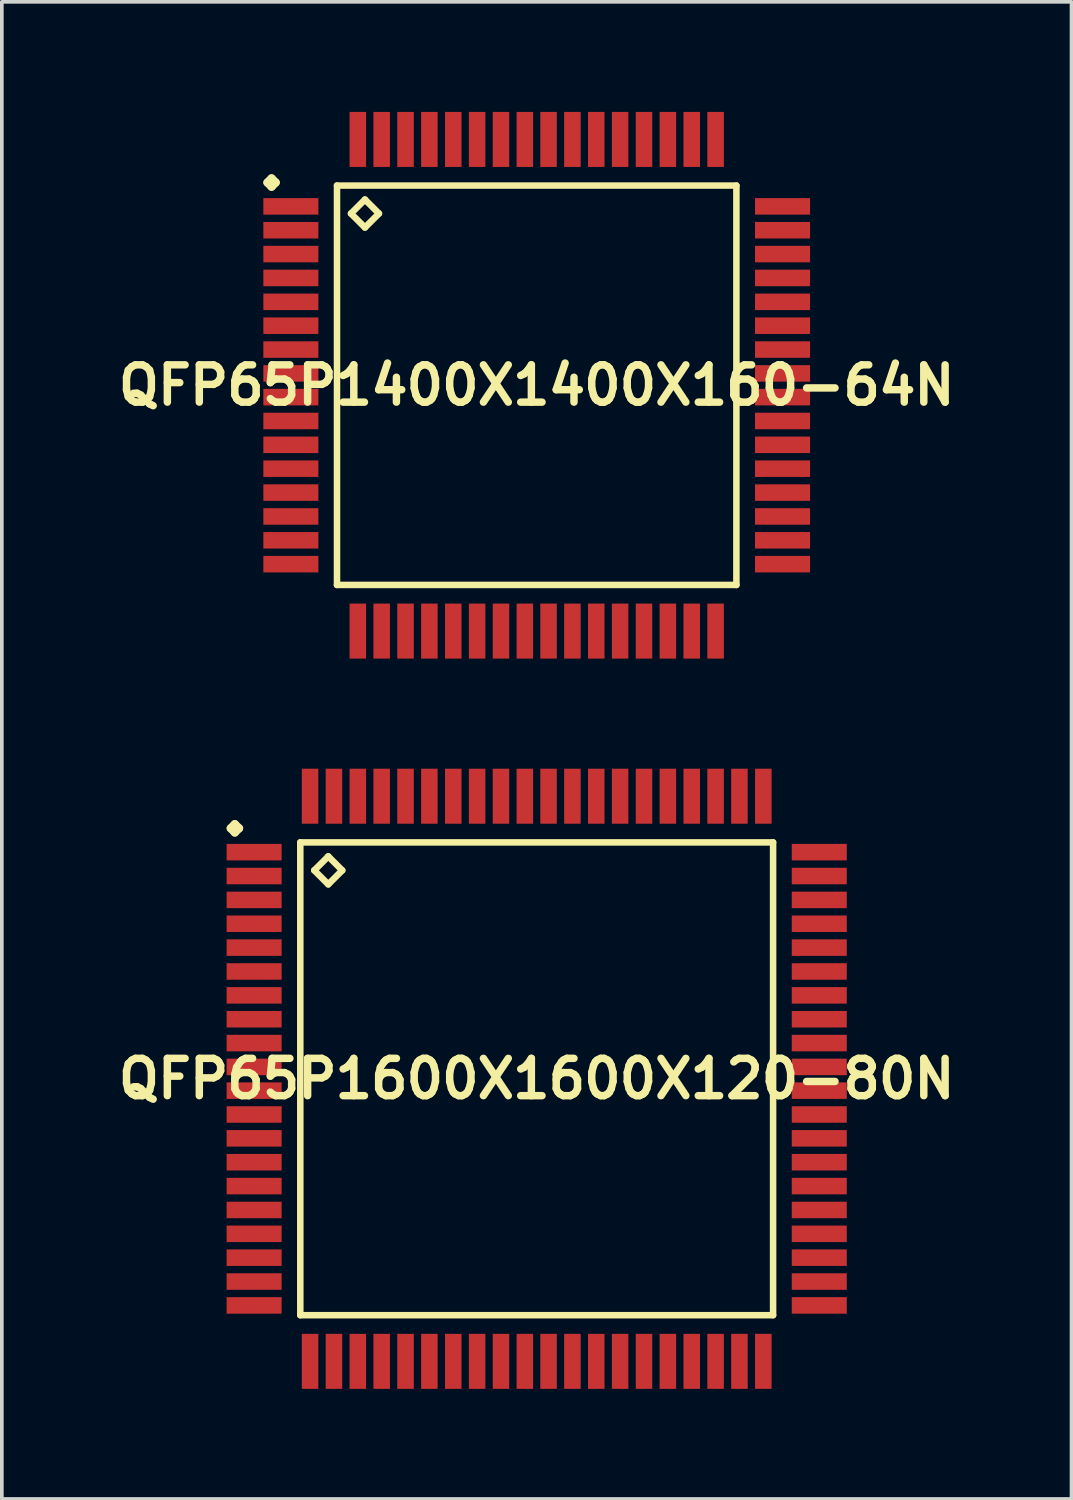
<source format=kicad_pcb>
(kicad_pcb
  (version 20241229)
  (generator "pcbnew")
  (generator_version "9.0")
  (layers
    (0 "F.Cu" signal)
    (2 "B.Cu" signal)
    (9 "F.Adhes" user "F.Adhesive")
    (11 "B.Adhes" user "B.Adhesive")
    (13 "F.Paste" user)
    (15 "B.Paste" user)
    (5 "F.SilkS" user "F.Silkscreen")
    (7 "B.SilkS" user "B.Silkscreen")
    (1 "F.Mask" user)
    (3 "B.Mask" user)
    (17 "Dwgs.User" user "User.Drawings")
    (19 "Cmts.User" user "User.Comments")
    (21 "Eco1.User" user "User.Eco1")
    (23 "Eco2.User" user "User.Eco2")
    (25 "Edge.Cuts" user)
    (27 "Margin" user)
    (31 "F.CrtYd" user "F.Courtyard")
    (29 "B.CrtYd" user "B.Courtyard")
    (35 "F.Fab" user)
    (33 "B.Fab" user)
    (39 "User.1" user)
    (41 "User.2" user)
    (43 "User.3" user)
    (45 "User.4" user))
  (footprint "QFP65P1400X1400X160-64N"
    (layer "F.Cu")
    (at 11.573 7.447)
    (property "Reference" "QFP65P1400X1400X160-64N" (at 0 0 0) (layer "F.SilkS") (effects (font (size 1.016 1.016) (thickness 0.203))))
    (attr smd)
    (fp_line (start -7.336 -5.524) (end -7.224 -5.636) (stroke (width 0.224) (type solid)) (layer "F.SilkS"))
    (fp_line (start -7.224 -5.636) (end -7.112 -5.524) (stroke (width 0.224) (type solid)) (layer "F.SilkS"))
    (fp_line (start -7.224 -5.41) (end -7.336 -5.524) (stroke (width 0.224) (type solid)) (layer "F.SilkS"))
    (fp_line (start -7.112 -5.524) (end -7.224 -5.41) (stroke (width 0.224) (type solid)) (layer "F.SilkS"))
    (fp_line (start -5.441 -5.441) (end -5.441 5.441) (stroke (width 0.178) (type solid)) (layer "F.SilkS"))
    (fp_line (start -5.441 5.441) (end 5.441 5.441) (stroke (width 0.178) (type solid)) (layer "F.SilkS"))
    (fp_line (start -5.06 -4.679) (end -4.679 -5.06) (stroke (width 0.178) (type solid)) (layer "F.SilkS"))
    (fp_line (start -4.679 -5.06) (end -4.298 -4.679) (stroke (width 0.178) (type solid)) (layer "F.SilkS"))
    (fp_line (start -4.679 -4.298) (end -5.06 -4.679) (stroke (width 0.178) (type solid)) (layer "F.SilkS"))
    (fp_line (start -4.298 -4.679) (end -4.679 -4.298) (stroke (width 0.178) (type solid)) (layer "F.SilkS"))
    (fp_line (start 5.441 -5.441) (end -5.441 -5.441) (stroke (width 0.178) (type solid)) (layer "F.SilkS"))
    (fp_line (start 5.441 5.441) (end 5.441 -5.441) (stroke (width 0.178) (type solid)) (layer "F.SilkS"))
    (pad "1" smd rect (at -6.698 -4.874) (size 1.499 0.45) (layers "F.Cu" "F.Mask" "F.Paste"))
    (pad "2" smd rect (at -6.698 -4.224) (size 1.499 0.45) (layers "F.Cu" "F.Mask" "F.Paste"))
    (pad "3" smd rect (at -6.698 -3.574) (size 1.499 0.45) (layers "F.Cu" "F.Mask" "F.Paste"))
    (pad "4" smd rect (at -6.698 -2.924) (size 1.499 0.45) (layers "F.Cu" "F.Mask" "F.Paste"))
    (pad "5" smd rect (at -6.698 -2.273) (size 1.499 0.45) (layers "F.Cu" "F.Mask" "F.Paste"))
    (pad "6" smd rect (at -6.698 -1.623) (size 1.499 0.45) (layers "F.Cu" "F.Mask" "F.Paste"))
    (pad "7" smd rect (at -6.698 -0.973) (size 1.499 0.45) (layers "F.Cu" "F.Mask" "F.Paste"))
    (pad "8" smd rect (at -6.698 -0.323) (size 1.499 0.45) (layers "F.Cu" "F.Mask" "F.Paste"))
    (pad "9" smd rect (at -6.698 0.323) (size 1.499 0.45) (layers "F.Cu" "F.Mask" "F.Paste"))
    (pad "10" smd rect (at -6.698 0.973) (size 1.499 0.45) (layers "F.Cu" "F.Mask" "F.Paste"))
    (pad "11" smd rect (at -6.698 1.623) (size 1.499 0.45) (layers "F.Cu" "F.Mask" "F.Paste"))
    (pad "12" smd rect (at -6.698 2.273) (size 1.499 0.45) (layers "F.Cu" "F.Mask" "F.Paste"))
    (pad "13" smd rect (at -6.698 2.924) (size 1.499 0.45) (layers "F.Cu" "F.Mask" "F.Paste"))
    (pad "14" smd rect (at -6.698 3.574) (size 1.499 0.45) (layers "F.Cu" "F.Mask" "F.Paste"))
    (pad "15" smd rect (at -6.698 4.224) (size 1.499 0.45) (layers "F.Cu" "F.Mask" "F.Paste"))
    (pad "16" smd rect (at -6.698 4.874) (size 1.499 0.45) (layers "F.Cu" "F.Mask" "F.Paste"))
    (pad "17" smd rect (at -4.874 6.698) (size 0.45 1.499) (layers "F.Cu" "F.Mask" "F.Paste"))
    (pad "18" smd rect (at -4.224 6.698) (size 0.45 1.499) (layers "F.Cu" "F.Mask" "F.Paste"))
    (pad "19" smd rect (at -3.574 6.698) (size 0.45 1.499) (layers "F.Cu" "F.Mask" "F.Paste"))
    (pad "20" smd rect (at -2.924 6.698) (size 0.45 1.499) (layers "F.Cu" "F.Mask" "F.Paste"))
    (pad "21" smd rect (at -2.273 6.698) (size 0.45 1.499) (layers "F.Cu" "F.Mask" "F.Paste"))
    (pad "22" smd rect (at -1.623 6.698) (size 0.45 1.499) (layers "F.Cu" "F.Mask" "F.Paste"))
    (pad "23" smd rect (at -0.973 6.698) (size 0.45 1.499) (layers "F.Cu" "F.Mask" "F.Paste"))
    (pad "24" smd rect (at -0.323 6.698) (size 0.45 1.499) (layers "F.Cu" "F.Mask" "F.Paste"))
    (pad "25" smd rect (at 0.323 6.698) (size 0.45 1.499) (layers "F.Cu" "F.Mask" "F.Paste"))
    (pad "26" smd rect (at 0.973 6.698) (size 0.45 1.499) (layers "F.Cu" "F.Mask" "F.Paste"))
    (pad "27" smd rect (at 1.623 6.698) (size 0.45 1.499) (layers "F.Cu" "F.Mask" "F.Paste"))
    (pad "28" smd rect (at 2.273 6.698) (size 0.45 1.499) (layers "F.Cu" "F.Mask" "F.Paste"))
    (pad "29" smd rect (at 2.924 6.698) (size 0.45 1.499) (layers "F.Cu" "F.Mask" "F.Paste"))
    (pad "30" smd rect (at 3.574 6.698) (size 0.45 1.499) (layers "F.Cu" "F.Mask" "F.Paste"))
    (pad "31" smd rect (at 4.224 6.698) (size 0.45 1.499) (layers "F.Cu" "F.Mask" "F.Paste"))
    (pad "32" smd rect (at 4.874 6.698) (size 0.45 1.499) (layers "F.Cu" "F.Mask" "F.Paste"))
    (pad "33" smd rect (at 6.698 4.874) (size 1.499 0.45) (layers "F.Cu" "F.Mask" "F.Paste"))
    (pad "34" smd rect (at 6.698 4.224) (size 1.499 0.45) (layers "F.Cu" "F.Mask" "F.Paste"))
    (pad "35" smd rect (at 6.698 3.574) (size 1.499 0.45) (layers "F.Cu" "F.Mask" "F.Paste"))
    (pad "36" smd rect (at 6.698 2.924) (size 1.499 0.45) (layers "F.Cu" "F.Mask" "F.Paste"))
    (pad "37" smd rect (at 6.698 2.273) (size 1.499 0.45) (layers "F.Cu" "F.Mask" "F.Paste"))
    (pad "38" smd rect (at 6.698 1.623) (size 1.499 0.45) (layers "F.Cu" "F.Mask" "F.Paste"))
    (pad "39" smd rect (at 6.698 0.973) (size 1.499 0.45) (layers "F.Cu" "F.Mask" "F.Paste"))
    (pad "40" smd rect (at 6.698 0.323) (size 1.499 0.45) (layers "F.Cu" "F.Mask" "F.Paste"))
    (pad "41" smd rect (at 6.698 -0.323) (size 1.499 0.45) (layers "F.Cu" "F.Mask" "F.Paste"))
    (pad "42" smd rect (at 6.698 -0.973) (size 1.499 0.45) (layers "F.Cu" "F.Mask" "F.Paste"))
    (pad "43" smd rect (at 6.698 -1.623) (size 1.499 0.45) (layers "F.Cu" "F.Mask" "F.Paste"))
    (pad "44" smd rect (at 6.698 -2.273) (size 1.499 0.45) (layers "F.Cu" "F.Mask" "F.Paste"))
    (pad "45" smd rect (at 6.698 -2.924) (size 1.499 0.45) (layers "F.Cu" "F.Mask" "F.Paste"))
    (pad "46" smd rect (at 6.698 -3.574) (size 1.499 0.45) (layers "F.Cu" "F.Mask" "F.Paste"))
    (pad "47" smd rect (at 6.698 -4.224) (size 1.499 0.45) (layers "F.Cu" "F.Mask" "F.Paste"))
    (pad "48" smd rect (at 6.698 -4.874) (size 1.499 0.45) (layers "F.Cu" "F.Mask" "F.Paste"))
    (pad "49" smd rect (at 4.874 -6.698) (size 0.45 1.499) (layers "F.Cu" "F.Mask" "F.Paste"))
    (pad "50" smd rect (at 4.224 -6.698) (size 0.45 1.499) (layers "F.Cu" "F.Mask" "F.Paste"))
    (pad "51" smd rect (at 3.574 -6.698) (size 0.45 1.499) (layers "F.Cu" "F.Mask" "F.Paste"))
    (pad "52" smd rect (at 2.924 -6.698) (size 0.45 1.499) (layers "F.Cu" "F.Mask" "F.Paste"))
    (pad "53" smd rect (at 2.273 -6.698) (size 0.45 1.499) (layers "F.Cu" "F.Mask" "F.Paste"))
    (pad "54" smd rect (at 1.623 -6.698) (size 0.45 1.499) (layers "F.Cu" "F.Mask" "F.Paste"))
    (pad "55" smd rect (at 0.973 -6.698) (size 0.45 1.499) (layers "F.Cu" "F.Mask" "F.Paste"))
    (pad "56" smd rect (at 0.323 -6.698) (size 0.45 1.499) (layers "F.Cu" "F.Mask" "F.Paste"))
    (pad "57" smd rect (at -0.323 -6.698) (size 0.45 1.499) (layers "F.Cu" "F.Mask" "F.Paste"))
    (pad "58" smd rect (at -0.973 -6.698) (size 0.45 1.499) (layers "F.Cu" "F.Mask" "F.Paste"))
    (pad "59" smd rect (at -1.623 -6.698) (size 0.45 1.499) (layers "F.Cu" "F.Mask" "F.Paste"))
    (pad "60" smd rect (at -2.273 -6.698) (size 0.45 1.499) (layers "F.Cu" "F.Mask" "F.Paste"))
    (pad "61" smd rect (at -2.924 -6.698) (size 0.45 1.499) (layers "F.Cu" "F.Mask" "F.Paste"))
    (pad "62" smd rect (at -3.574 -6.698) (size 0.45 1.499) (layers "F.Cu" "F.Mask" "F.Paste"))
    (pad "63" smd rect (at -4.224 -6.698) (size 0.45 1.499) (layers "F.Cu" "F.Mask" "F.Paste"))
    (pad "64" smd rect (at -4.874 -6.698) (size 0.45 1.499) (layers "F.Cu" "F.Mask" "F.Paste")))
  (footprint "QFP65P1600X1600X120-80N"
    (layer "F.Cu")
    (at 11.573 26.343)
    (property "Reference" "QFP65P1600X1600X120-80N" (at 0 0 0) (layer "F.SilkS") (effects (font (size 1.016 1.016) (thickness 0.203))))
    (attr smd)
    (fp_line (start -8.336 -6.825) (end -8.225 -6.937) (stroke (width 0.224) (type solid)) (layer "F.SilkS"))
    (fp_line (start -8.225 -6.937) (end -8.11 -6.825) (stroke (width 0.224) (type solid)) (layer "F.SilkS"))
    (fp_line (start -8.225 -6.711) (end -8.336 -6.825) (stroke (width 0.224) (type solid)) (layer "F.SilkS"))
    (fp_line (start -8.11 -6.825) (end -8.225 -6.711) (stroke (width 0.224) (type solid)) (layer "F.SilkS"))
    (fp_line (start -6.441 -6.441) (end -6.441 6.441) (stroke (width 0.178) (type solid)) (layer "F.SilkS"))
    (fp_line (start -6.441 6.441) (end 6.441 6.441) (stroke (width 0.178) (type solid)) (layer "F.SilkS"))
    (fp_line (start -6.06 -5.679) (end -5.679 -6.06) (stroke (width 0.178) (type solid)) (layer "F.SilkS"))
    (fp_line (start -5.679 -6.06) (end -5.298 -5.679) (stroke (width 0.178) (type solid)) (layer "F.SilkS"))
    (fp_line (start -5.679 -5.298) (end -6.06 -5.679) (stroke (width 0.178) (type solid)) (layer "F.SilkS"))
    (fp_line (start -5.298 -5.679) (end -5.679 -5.298) (stroke (width 0.178) (type solid)) (layer "F.SilkS"))
    (fp_line (start 6.441 -6.441) (end -6.441 -6.441) (stroke (width 0.178) (type solid)) (layer "F.SilkS"))
    (fp_line (start 6.441 6.441) (end 6.441 -6.441) (stroke (width 0.178) (type solid)) (layer "F.SilkS"))
    (pad "1" smd rect (at -7.699 -6.175) (size 1.499 0.45) (layers "F.Cu" "F.Mask" "F.Paste"))
    (pad "2" smd rect (at -7.699 -5.524) (size 1.499 0.45) (layers "F.Cu" "F.Mask" "F.Paste"))
    (pad "3" smd rect (at -7.699 -4.874) (size 1.499 0.45) (layers "F.Cu" "F.Mask" "F.Paste"))
    (pad "4" smd rect (at -7.699 -4.224) (size 1.499 0.45) (layers "F.Cu" "F.Mask" "F.Paste"))
    (pad "5" smd rect (at -7.699 -3.574) (size 1.499 0.45) (layers "F.Cu" "F.Mask" "F.Paste"))
    (pad "6" smd rect (at -7.699 -2.924) (size 1.499 0.45) (layers "F.Cu" "F.Mask" "F.Paste"))
    (pad "7" smd rect (at -7.699 -2.273) (size 1.499 0.45) (layers "F.Cu" "F.Mask" "F.Paste"))
    (pad "8" smd rect (at -7.699 -1.623) (size 1.499 0.45) (layers "F.Cu" "F.Mask" "F.Paste"))
    (pad "9" smd rect (at -7.699 -0.973) (size 1.499 0.45) (layers "F.Cu" "F.Mask" "F.Paste"))
    (pad "10" smd rect (at -7.699 -0.323) (size 1.499 0.45) (layers "F.Cu" "F.Mask" "F.Paste"))
    (pad "11" smd rect (at -7.699 0.323) (size 1.499 0.45) (layers "F.Cu" "F.Mask" "F.Paste"))
    (pad "12" smd rect (at -7.699 0.973) (size 1.499 0.45) (layers "F.Cu" "F.Mask" "F.Paste"))
    (pad "13" smd rect (at -7.699 1.623) (size 1.499 0.45) (layers "F.Cu" "F.Mask" "F.Paste"))
    (pad "14" smd rect (at -7.699 2.273) (size 1.499 0.45) (layers "F.Cu" "F.Mask" "F.Paste"))
    (pad "15" smd rect (at -7.699 2.924) (size 1.499 0.45) (layers "F.Cu" "F.Mask" "F.Paste"))
    (pad "16" smd rect (at -7.699 3.574) (size 1.499 0.45) (layers "F.Cu" "F.Mask" "F.Paste"))
    (pad "17" smd rect (at -7.699 4.224) (size 1.499 0.45) (layers "F.Cu" "F.Mask" "F.Paste"))
    (pad "18" smd rect (at -7.699 4.874) (size 1.499 0.45) (layers "F.Cu" "F.Mask" "F.Paste"))
    (pad "19" smd rect (at -7.699 5.524) (size 1.499 0.45) (layers "F.Cu" "F.Mask" "F.Paste"))
    (pad "20" smd rect (at -7.699 6.175) (size 1.499 0.45) (layers "F.Cu" "F.Mask" "F.Paste"))
    (pad "21" smd rect (at -6.175 7.699) (size 0.45 1.499) (layers "F.Cu" "F.Mask" "F.Paste"))
    (pad "22" smd rect (at -5.524 7.699) (size 0.45 1.499) (layers "F.Cu" "F.Mask" "F.Paste"))
    (pad "23" smd rect (at -4.874 7.699) (size 0.45 1.499) (layers "F.Cu" "F.Mask" "F.Paste"))
    (pad "24" smd rect (at -4.224 7.699) (size 0.45 1.499) (layers "F.Cu" "F.Mask" "F.Paste"))
    (pad "25" smd rect (at -3.574 7.699) (size 0.45 1.499) (layers "F.Cu" "F.Mask" "F.Paste"))
    (pad "26" smd rect (at -2.924 7.699) (size 0.45 1.499) (layers "F.Cu" "F.Mask" "F.Paste"))
    (pad "27" smd rect (at -2.273 7.699) (size 0.45 1.499) (layers "F.Cu" "F.Mask" "F.Paste"))
    (pad "28" smd rect (at -1.623 7.699) (size 0.45 1.499) (layers "F.Cu" "F.Mask" "F.Paste"))
    (pad "29" smd rect (at -0.973 7.699) (size 0.45 1.499) (layers "F.Cu" "F.Mask" "F.Paste"))
    (pad "30" smd rect (at -0.323 7.699) (size 0.45 1.499) (layers "F.Cu" "F.Mask" "F.Paste"))
    (pad "31" smd rect (at 0.323 7.699) (size 0.45 1.499) (layers "F.Cu" "F.Mask" "F.Paste"))
    (pad "32" smd rect (at 0.973 7.699) (size 0.45 1.499) (layers "F.Cu" "F.Mask" "F.Paste"))
    (pad "33" smd rect (at 1.623 7.699) (size 0.45 1.499) (layers "F.Cu" "F.Mask" "F.Paste"))
    (pad "34" smd rect (at 2.273 7.699) (size 0.45 1.499) (layers "F.Cu" "F.Mask" "F.Paste"))
    (pad "35" smd rect (at 2.924 7.699) (size 0.45 1.499) (layers "F.Cu" "F.Mask" "F.Paste"))
    (pad "36" smd rect (at 3.574 7.699) (size 0.45 1.499) (layers "F.Cu" "F.Mask" "F.Paste"))
    (pad "37" smd rect (at 4.224 7.699) (size 0.45 1.499) (layers "F.Cu" "F.Mask" "F.Paste"))
    (pad "38" smd rect (at 4.874 7.699) (size 0.45 1.499) (layers "F.Cu" "F.Mask" "F.Paste"))
    (pad "39" smd rect (at 5.524 7.699) (size 0.45 1.499) (layers "F.Cu" "F.Mask" "F.Paste"))
    (pad "40" smd rect (at 6.175 7.699) (size 0.45 1.499) (layers "F.Cu" "F.Mask" "F.Paste"))
    (pad "41" smd rect (at 7.699 6.175) (size 1.499 0.45) (layers "F.Cu" "F.Mask" "F.Paste"))
    (pad "42" smd rect (at 7.699 5.524) (size 1.499 0.45) (layers "F.Cu" "F.Mask" "F.Paste"))
    (pad "43" smd rect (at 7.699 4.874) (size 1.499 0.45) (layers "F.Cu" "F.Mask" "F.Paste"))
    (pad "44" smd rect (at 7.699 4.224) (size 1.499 0.45) (layers "F.Cu" "F.Mask" "F.Paste"))
    (pad "45" smd rect (at 7.699 3.574) (size 1.499 0.45) (layers "F.Cu" "F.Mask" "F.Paste"))
    (pad "46" smd rect (at 7.699 2.924) (size 1.499 0.45) (layers "F.Cu" "F.Mask" "F.Paste"))
    (pad "47" smd rect (at 7.699 2.273) (size 1.499 0.45) (layers "F.Cu" "F.Mask" "F.Paste"))
    (pad "48" smd rect (at 7.699 1.623) (size 1.499 0.45) (layers "F.Cu" "F.Mask" "F.Paste"))
    (pad "49" smd rect (at 7.699 0.973) (size 1.499 0.45) (layers "F.Cu" "F.Mask" "F.Paste"))
    (pad "50" smd rect (at 7.699 0.323) (size 1.499 0.45) (layers "F.Cu" "F.Mask" "F.Paste"))
    (pad "51" smd rect (at 7.699 -0.323) (size 1.499 0.45) (layers "F.Cu" "F.Mask" "F.Paste"))
    (pad "52" smd rect (at 7.699 -0.973) (size 1.499 0.45) (layers "F.Cu" "F.Mask" "F.Paste"))
    (pad "53" smd rect (at 7.699 -1.623) (size 1.499 0.45) (layers "F.Cu" "F.Mask" "F.Paste"))
    (pad "54" smd rect (at 7.699 -2.273) (size 1.499 0.45) (layers "F.Cu" "F.Mask" "F.Paste"))
    (pad "55" smd rect (at 7.699 -2.924) (size 1.499 0.45) (layers "F.Cu" "F.Mask" "F.Paste"))
    (pad "56" smd rect (at 7.699 -3.574) (size 1.499 0.45) (layers "F.Cu" "F.Mask" "F.Paste"))
    (pad "57" smd rect (at 7.699 -4.224) (size 1.499 0.45) (layers "F.Cu" "F.Mask" "F.Paste"))
    (pad "58" smd rect (at 7.699 -4.874) (size 1.499 0.45) (layers "F.Cu" "F.Mask" "F.Paste"))
    (pad "59" smd rect (at 7.699 -5.524) (size 1.499 0.45) (layers "F.Cu" "F.Mask" "F.Paste"))
    (pad "60" smd rect (at 7.699 -6.175) (size 1.499 0.45) (layers "F.Cu" "F.Mask" "F.Paste"))
    (pad "61" smd rect (at 6.175 -7.699) (size 0.45 1.499) (layers "F.Cu" "F.Mask" "F.Paste"))
    (pad "62" smd rect (at 5.524 -7.699) (size 0.45 1.499) (layers "F.Cu" "F.Mask" "F.Paste"))
    (pad "63" smd rect (at 4.874 -7.699) (size 0.45 1.499) (layers "F.Cu" "F.Mask" "F.Paste"))
    (pad "64" smd rect (at 4.224 -7.699) (size 0.45 1.499) (layers "F.Cu" "F.Mask" "F.Paste"))
    (pad "65" smd rect (at 3.574 -7.699) (size 0.45 1.499) (layers "F.Cu" "F.Mask" "F.Paste"))
    (pad "66" smd rect (at 2.924 -7.699) (size 0.45 1.499) (layers "F.Cu" "F.Mask" "F.Paste"))
    (pad "67" smd rect (at 2.273 -7.699) (size 0.45 1.499) (layers "F.Cu" "F.Mask" "F.Paste"))
    (pad "68" smd rect (at 1.623 -7.699) (size 0.45 1.499) (layers "F.Cu" "F.Mask" "F.Paste"))
    (pad "69" smd rect (at 0.973 -7.699) (size 0.45 1.499) (layers "F.Cu" "F.Mask" "F.Paste"))
    (pad "70" smd rect (at 0.323 -7.699) (size 0.45 1.499) (layers "F.Cu" "F.Mask" "F.Paste"))
    (pad "71" smd rect (at -0.323 -7.699) (size 0.45 1.499) (layers "F.Cu" "F.Mask" "F.Paste"))
    (pad "72" smd rect (at -0.973 -7.699) (size 0.45 1.499) (layers "F.Cu" "F.Mask" "F.Paste"))
    (pad "73" smd rect (at -1.623 -7.699) (size 0.45 1.499) (layers "F.Cu" "F.Mask" "F.Paste"))
    (pad "74" smd rect (at -2.273 -7.699) (size 0.45 1.499) (layers "F.Cu" "F.Mask" "F.Paste"))
    (pad "75" smd rect (at -2.924 -7.699) (size 0.45 1.499) (layers "F.Cu" "F.Mask" "F.Paste"))
    (pad "76" smd rect (at -3.574 -7.699) (size 0.45 1.499) (layers "F.Cu" "F.Mask" "F.Paste"))
    (pad "77" smd rect (at -4.224 -7.699) (size 0.45 1.499) (layers "F.Cu" "F.Mask" "F.Paste"))
    (pad "78" smd rect (at -4.874 -7.699) (size 0.45 1.499) (layers "F.Cu" "F.Mask" "F.Paste"))
    (pad "79" smd rect (at -5.524 -7.699) (size 0.45 1.499) (layers "F.Cu" "F.Mask" "F.Paste"))
    (pad "80" smd rect (at -6.175 -7.699) (size 0.45 1.499) (layers "F.Cu" "F.Mask" "F.Paste")))
  (gr_rect
    (start -3 -3)
    (end 26.145 37.791)
    (stroke (width 0.1) (type default))
    (fill no)
    (layer "Edge.Cuts")))
</source>
